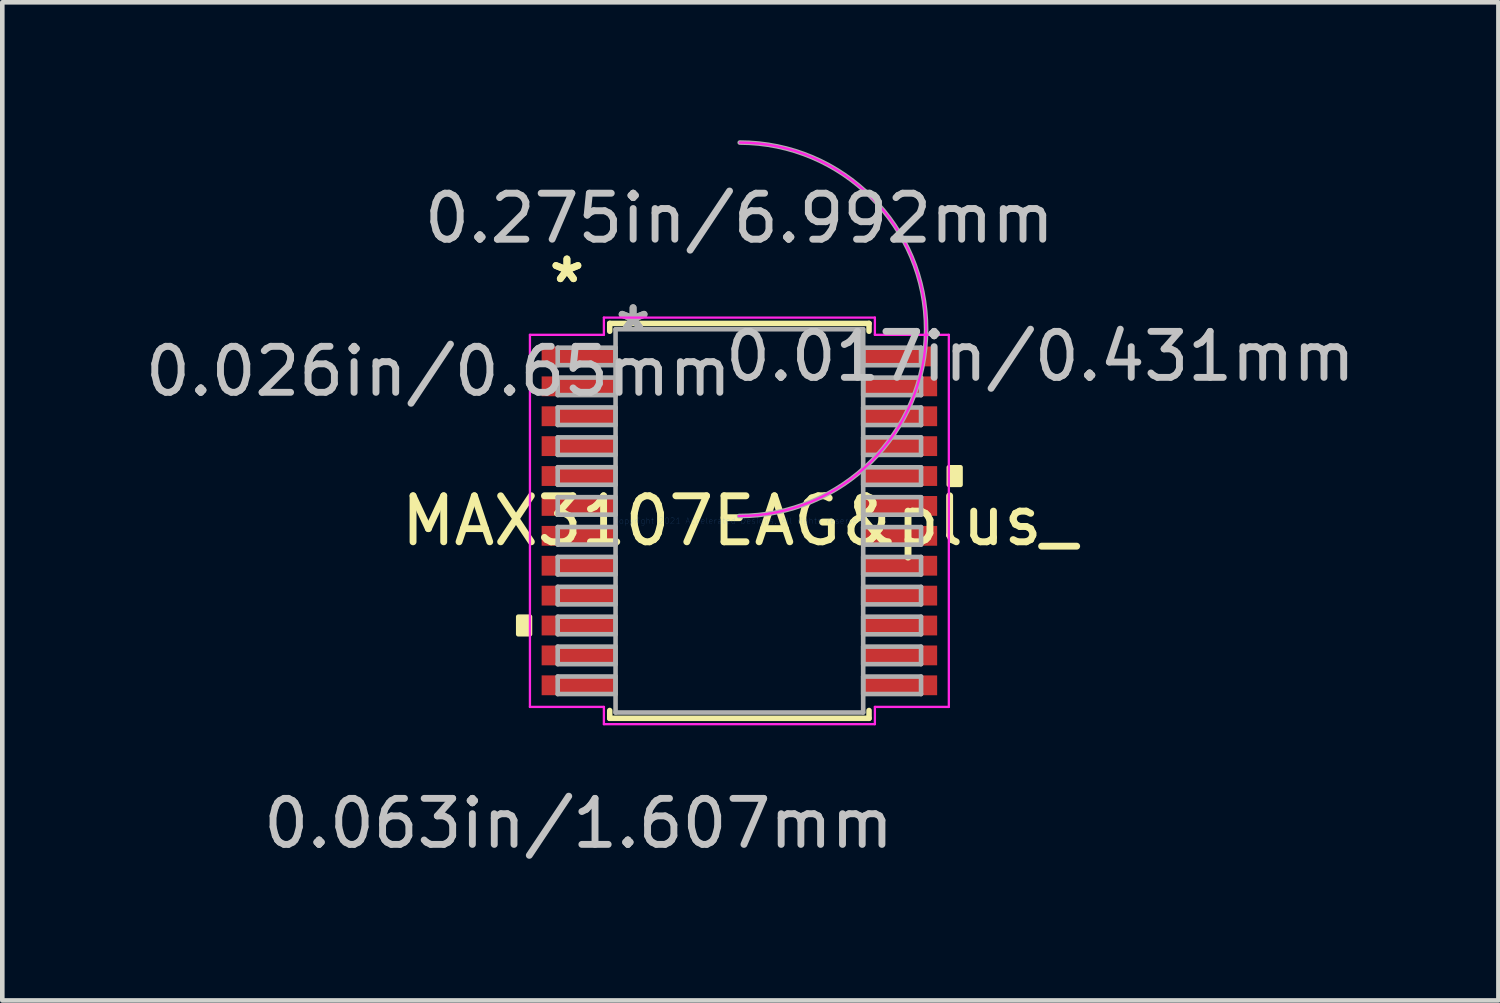
<source format=kicad_pcb>
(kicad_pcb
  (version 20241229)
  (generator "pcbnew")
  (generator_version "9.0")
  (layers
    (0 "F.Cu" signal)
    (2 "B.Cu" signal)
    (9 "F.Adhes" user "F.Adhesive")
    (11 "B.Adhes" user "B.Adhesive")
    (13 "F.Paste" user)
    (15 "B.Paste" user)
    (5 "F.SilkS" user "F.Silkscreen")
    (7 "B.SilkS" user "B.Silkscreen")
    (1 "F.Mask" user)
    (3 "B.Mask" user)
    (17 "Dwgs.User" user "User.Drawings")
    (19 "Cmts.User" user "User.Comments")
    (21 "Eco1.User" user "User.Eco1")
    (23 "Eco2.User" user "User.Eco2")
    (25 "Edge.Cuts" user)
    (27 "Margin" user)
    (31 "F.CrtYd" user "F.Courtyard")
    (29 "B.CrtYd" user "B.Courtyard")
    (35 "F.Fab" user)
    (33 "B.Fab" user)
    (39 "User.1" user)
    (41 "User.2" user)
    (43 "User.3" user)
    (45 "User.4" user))
  (footprint "MAX3107EAG&plus_"
    (layer "F.Cu")
    (at 13.026 8.275)
    (property "Reference" "MAX3107EAG&plus_" (at 0 0 0) (layer "F.SilkS") (effects (font (size 1 1) (thickness 0.15))))
    (attr through_hole)
    (fp_line (start -2.819 -4.293) (end -2.819 -4.123) (stroke (width 0.12) (type solid)) (layer "F.SilkS"))
    (fp_line (start -2.819 4.123) (end -2.819 4.293) (stroke (width 0.12) (type solid)) (layer "F.SilkS"))
    (fp_line (start -2.819 4.293) (end 2.819 4.293) (stroke (width 0.12) (type solid)) (layer "F.SilkS"))
    (fp_line (start 2.819 -4.293) (end -2.819 -4.293) (stroke (width 0.12) (type solid)) (layer "F.SilkS"))
    (fp_line (start 2.819 -4.123) (end 2.819 -4.293) (stroke (width 0.12) (type solid)) (layer "F.SilkS"))
    (fp_line (start 2.819 4.293) (end 2.819 4.123) (stroke (width 0.12) (type solid)) (layer "F.SilkS"))
    (fp_poly (pts (xy -4.808 2.084) (xy -4.808 2.465) (xy -4.554 2.465) (xy -4.554 2.084)) (stroke (width 0.1) (type solid)) (fill yes) (layer "F.SilkS"))
    (fp_poly (pts (xy 4.808 -1.165) (xy 4.808 -0.784) (xy 4.554 -0.784) (xy 4.554 -1.165)) (stroke (width 0.1) (type solid)) (fill yes) (layer "F.SilkS"))
    (fp_line (start -4.554 -4.045) (end -2.946 -4.045) (stroke (width 0.05) (type solid)) (layer "F.CrtYd"))
    (fp_line (start -4.554 4.045) (end -4.554 -4.045) (stroke (width 0.05) (type solid)) (layer "F.CrtYd"))
    (fp_line (start -2.946 -4.42) (end 2.946 -4.42) (stroke (width 0.05) (type solid)) (layer "F.CrtYd"))
    (fp_line (start -2.946 -4.045) (end -2.946 -4.42) (stroke (width 0.05) (type solid)) (layer "F.CrtYd"))
    (fp_line (start -2.946 4.045) (end -4.554 4.045) (stroke (width 0.05) (type solid)) (layer "F.CrtYd"))
    (fp_line (start -2.946 4.42) (end -2.946 4.045) (stroke (width 0.05) (type solid)) (layer "F.CrtYd"))
    (fp_line (start 2.946 -4.42) (end 2.946 -4.045) (stroke (width 0.05) (type solid)) (layer "F.CrtYd"))
    (fp_line (start 2.946 -4.045) (end 4.554 -4.045) (stroke (width 0.05) (type solid)) (layer "F.CrtYd"))
    (fp_line (start 2.946 4.045) (end 2.946 4.42) (stroke (width 0.05) (type solid)) (layer "F.CrtYd"))
    (fp_line (start 2.946 4.42) (end -2.946 4.42) (stroke (width 0.05) (type solid)) (layer "F.CrtYd"))
    (fp_line (start 4.554 -4.045) (end 4.554 4.045) (stroke (width 0.05) (type solid)) (layer "F.CrtYd"))
    (fp_line (start 4.554 4.045) (end 2.946 4.045) (stroke (width 0.05) (type solid)) (layer "F.CrtYd"))
    (fp_arc (start 0.011398 -8.225394) (mid 4.059794 -4.154202) (end -0.011398 -0.105806) (stroke (width 0.05) (type solid)) (layer "F.CrtYd"))
    (fp_line (start -3.95 -3.765) (end -3.95 -3.385) (stroke (width 0.1) (type solid)) (layer "F.Fab"))
    (fp_line (start -3.95 -3.385) (end -2.692 -3.385) (stroke (width 0.1) (type solid)) (layer "F.Fab"))
    (fp_line (start -3.95 -3.116) (end -3.95 -2.735) (stroke (width 0.1) (type solid)) (layer "F.Fab"))
    (fp_line (start -3.95 -2.735) (end -2.692 -2.735) (stroke (width 0.1) (type solid)) (layer "F.Fab"))
    (fp_line (start -3.95 -2.466) (end -3.95 -2.085) (stroke (width 0.1) (type solid)) (layer "F.Fab"))
    (fp_line (start -3.95 -2.085) (end -2.692 -2.085) (stroke (width 0.1) (type solid)) (layer "F.Fab"))
    (fp_line (start -3.95 -1.816) (end -3.95 -1.435) (stroke (width 0.1) (type solid)) (layer "F.Fab"))
    (fp_line (start -3.95 -1.435) (end -2.692 -1.435) (stroke (width 0.1) (type solid)) (layer "F.Fab"))
    (fp_line (start -3.95 -1.166) (end -3.95 -0.785) (stroke (width 0.1) (type solid)) (layer "F.Fab"))
    (fp_line (start -3.95 -0.785) (end -2.692 -0.785) (stroke (width 0.1) (type solid)) (layer "F.Fab"))
    (fp_line (start -3.95 -0.516) (end -3.95 -0.135) (stroke (width 0.1) (type solid)) (layer "F.Fab"))
    (fp_line (start -3.95 -0.135) (end -2.692 -0.135) (stroke (width 0.1) (type solid)) (layer "F.Fab"))
    (fp_line (start -3.95 0.134) (end -3.95 0.515) (stroke (width 0.1) (type solid)) (layer "F.Fab"))
    (fp_line (start -3.95 0.515) (end -2.692 0.515) (stroke (width 0.1) (type solid)) (layer "F.Fab"))
    (fp_line (start -3.95 0.784) (end -3.95 1.165) (stroke (width 0.1) (type solid)) (layer "F.Fab"))
    (fp_line (start -3.95 1.165) (end -2.692 1.165) (stroke (width 0.1) (type solid)) (layer "F.Fab"))
    (fp_line (start -3.95 1.434) (end -3.95 1.815) (stroke (width 0.1) (type solid)) (layer "F.Fab"))
    (fp_line (start -3.95 1.815) (end -2.692 1.815) (stroke (width 0.1) (type solid)) (layer "F.Fab"))
    (fp_line (start -3.95 2.084) (end -3.95 2.465) (stroke (width 0.1) (type solid)) (layer "F.Fab"))
    (fp_line (start -3.95 2.465) (end -2.692 2.465) (stroke (width 0.1) (type solid)) (layer "F.Fab"))
    (fp_line (start -3.95 2.734) (end -3.95 3.115) (stroke (width 0.1) (type solid)) (layer "F.Fab"))
    (fp_line (start -3.95 3.115) (end -2.692 3.115) (stroke (width 0.1) (type solid)) (layer "F.Fab"))
    (fp_line (start -3.95 3.384) (end -3.95 3.765) (stroke (width 0.1) (type solid)) (layer "F.Fab"))
    (fp_line (start -3.95 3.765) (end -2.692 3.765) (stroke (width 0.1) (type solid)) (layer "F.Fab"))
    (fp_line (start -2.692 -4.166) (end -2.692 4.166) (stroke (width 0.1) (type solid)) (layer "F.Fab"))
    (fp_line (start -2.692 -3.765) (end -3.95 -3.765) (stroke (width 0.1) (type solid)) (layer "F.Fab"))
    (fp_line (start -2.692 -3.385) (end -2.692 -3.765) (stroke (width 0.1) (type solid)) (layer "F.Fab"))
    (fp_line (start -2.692 -3.116) (end -3.95 -3.116) (stroke (width 0.1) (type solid)) (layer "F.Fab"))
    (fp_line (start -2.692 -2.735) (end -2.692 -3.116) (stroke (width 0.1) (type solid)) (layer "F.Fab"))
    (fp_line (start -2.692 -2.466) (end -3.95 -2.466) (stroke (width 0.1) (type solid)) (layer "F.Fab"))
    (fp_line (start -2.692 -2.085) (end -2.692 -2.466) (stroke (width 0.1) (type solid)) (layer "F.Fab"))
    (fp_line (start -2.692 -1.816) (end -3.95 -1.816) (stroke (width 0.1) (type solid)) (layer "F.Fab"))
    (fp_line (start -2.692 -1.435) (end -2.692 -1.816) (stroke (width 0.1) (type solid)) (layer "F.Fab"))
    (fp_line (start -2.692 -1.166) (end -3.95 -1.166) (stroke (width 0.1) (type solid)) (layer "F.Fab"))
    (fp_line (start -2.692 -0.785) (end -2.692 -1.166) (stroke (width 0.1) (type solid)) (layer "F.Fab"))
    (fp_line (start -2.692 -0.516) (end -3.95 -0.516) (stroke (width 0.1) (type solid)) (layer "F.Fab"))
    (fp_line (start -2.692 -0.135) (end -2.692 -0.516) (stroke (width 0.1) (type solid)) (layer "F.Fab"))
    (fp_line (start -2.692 0.134) (end -3.95 0.134) (stroke (width 0.1) (type solid)) (layer "F.Fab"))
    (fp_line (start -2.692 0.515) (end -2.692 0.134) (stroke (width 0.1) (type solid)) (layer "F.Fab"))
    (fp_line (start -2.692 0.784) (end -3.95 0.784) (stroke (width 0.1) (type solid)) (layer "F.Fab"))
    (fp_line (start -2.692 1.165) (end -2.692 0.784) (stroke (width 0.1) (type solid)) (layer "F.Fab"))
    (fp_line (start -2.692 1.434) (end -3.95 1.434) (stroke (width 0.1) (type solid)) (layer "F.Fab"))
    (fp_line (start -2.692 1.815) (end -2.692 1.434) (stroke (width 0.1) (type solid)) (layer "F.Fab"))
    (fp_line (start -2.692 2.084) (end -3.95 2.084) (stroke (width 0.1) (type solid)) (layer "F.Fab"))
    (fp_line (start -2.692 2.465) (end -2.692 2.084) (stroke (width 0.1) (type solid)) (layer "F.Fab"))
    (fp_line (start -2.692 2.734) (end -3.95 2.734) (stroke (width 0.1) (type solid)) (layer "F.Fab"))
    (fp_line (start -2.692 3.115) (end -2.692 2.734) (stroke (width 0.1) (type solid)) (layer "F.Fab"))
    (fp_line (start -2.692 3.384) (end -3.95 3.384) (stroke (width 0.1) (type solid)) (layer "F.Fab"))
    (fp_line (start -2.692 3.765) (end -2.692 3.384) (stroke (width 0.1) (type solid)) (layer "F.Fab"))
    (fp_line (start -2.692 4.166) (end 2.692 4.166) (stroke (width 0.1) (type solid)) (layer "F.Fab"))
    (fp_line (start 2.692 -4.166) (end -2.692 -4.166) (stroke (width 0.1) (type solid)) (layer "F.Fab"))
    (fp_line (start 2.692 -3.765) (end 2.692 -3.384) (stroke (width 0.1) (type solid)) (layer "F.Fab"))
    (fp_line (start 2.692 -3.384) (end 3.95 -3.384) (stroke (width 0.1) (type solid)) (layer "F.Fab"))
    (fp_line (start 2.692 -3.115) (end 2.692 -2.734) (stroke (width 0.1) (type solid)) (layer "F.Fab"))
    (fp_line (start 2.692 -2.734) (end 3.95 -2.734) (stroke (width 0.1) (type solid)) (layer "F.Fab"))
    (fp_line (start 2.692 -2.465) (end 2.692 -2.084) (stroke (width 0.1) (type solid)) (layer "F.Fab"))
    (fp_line (start 2.692 -2.084) (end 3.95 -2.084) (stroke (width 0.1) (type solid)) (layer "F.Fab"))
    (fp_line (start 2.692 -1.815) (end 2.692 -1.434) (stroke (width 0.1) (type solid)) (layer "F.Fab"))
    (fp_line (start 2.692 -1.434) (end 3.95 -1.434) (stroke (width 0.1) (type solid)) (layer "F.Fab"))
    (fp_line (start 2.692 -1.165) (end 2.692 -0.784) (stroke (width 0.1) (type solid)) (layer "F.Fab"))
    (fp_line (start 2.692 -0.784) (end 3.95 -0.784) (stroke (width 0.1) (type solid)) (layer "F.Fab"))
    (fp_line (start 2.692 -0.515) (end 2.692 -0.134) (stroke (width 0.1) (type solid)) (layer "F.Fab"))
    (fp_line (start 2.692 -0.134) (end 3.95 -0.134) (stroke (width 0.1) (type solid)) (layer "F.Fab"))
    (fp_line (start 2.692 0.135) (end 2.692 0.516) (stroke (width 0.1) (type solid)) (layer "F.Fab"))
    (fp_line (start 2.692 0.516) (end 3.95 0.516) (stroke (width 0.1) (type solid)) (layer "F.Fab"))
    (fp_line (start 2.692 0.785) (end 2.692 1.166) (stroke (width 0.1) (type solid)) (layer "F.Fab"))
    (fp_line (start 2.692 1.166) (end 3.95 1.166) (stroke (width 0.1) (type solid)) (layer "F.Fab"))
    (fp_line (start 2.692 1.435) (end 2.692 1.816) (stroke (width 0.1) (type solid)) (layer "F.Fab"))
    (fp_line (start 2.692 1.816) (end 3.95 1.816) (stroke (width 0.1) (type solid)) (layer "F.Fab"))
    (fp_line (start 2.692 2.084) (end 2.692 2.466) (stroke (width 0.1) (type solid)) (layer "F.Fab"))
    (fp_line (start 2.692 2.466) (end 3.95 2.466) (stroke (width 0.1) (type solid)) (layer "F.Fab"))
    (fp_line (start 2.692 2.735) (end 2.692 3.115) (stroke (width 0.1) (type solid)) (layer "F.Fab"))
    (fp_line (start 2.692 3.115) (end 3.95 3.115) (stroke (width 0.1) (type solid)) (layer "F.Fab"))
    (fp_line (start 2.692 3.385) (end 2.692 3.765) (stroke (width 0.1) (type solid)) (layer "F.Fab"))
    (fp_line (start 2.692 3.765) (end 3.95 3.765) (stroke (width 0.1) (type solid)) (layer "F.Fab"))
    (fp_line (start 2.692 4.166) (end 2.692 -4.166) (stroke (width 0.1) (type solid)) (layer "F.Fab"))
    (fp_line (start 3.95 -3.765) (end 2.692 -3.765) (stroke (width 0.1) (type solid)) (layer "F.Fab"))
    (fp_line (start 3.95 -3.384) (end 3.95 -3.765) (stroke (width 0.1) (type solid)) (layer "F.Fab"))
    (fp_line (start 3.95 -3.115) (end 2.692 -3.115) (stroke (width 0.1) (type solid)) (layer "F.Fab"))
    (fp_line (start 3.95 -2.734) (end 3.95 -3.115) (stroke (width 0.1) (type solid)) (layer "F.Fab"))
    (fp_line (start 3.95 -2.465) (end 2.692 -2.465) (stroke (width 0.1) (type solid)) (layer "F.Fab"))
    (fp_line (start 3.95 -2.084) (end 3.95 -2.465) (stroke (width 0.1) (type solid)) (layer "F.Fab"))
    (fp_line (start 3.95 -1.815) (end 2.692 -1.815) (stroke (width 0.1) (type solid)) (layer "F.Fab"))
    (fp_line (start 3.95 -1.434) (end 3.95 -1.815) (stroke (width 0.1) (type solid)) (layer "F.Fab"))
    (fp_line (start 3.95 -1.165) (end 2.692 -1.165) (stroke (width 0.1) (type solid)) (layer "F.Fab"))
    (fp_line (start 3.95 -0.784) (end 3.95 -1.165) (stroke (width 0.1) (type solid)) (layer "F.Fab"))
    (fp_line (start 3.95 -0.515) (end 2.692 -0.515) (stroke (width 0.1) (type solid)) (layer "F.Fab"))
    (fp_line (start 3.95 -0.134) (end 3.95 -0.515) (stroke (width 0.1) (type solid)) (layer "F.Fab"))
    (fp_line (start 3.95 0.135) (end 2.692 0.135) (stroke (width 0.1) (type solid)) (layer "F.Fab"))
    (fp_line (start 3.95 0.516) (end 3.95 0.135) (stroke (width 0.1) (type solid)) (layer "F.Fab"))
    (fp_line (start 3.95 0.785) (end 2.692 0.785) (stroke (width 0.1) (type solid)) (layer "F.Fab"))
    (fp_line (start 3.95 1.166) (end 3.95 0.785) (stroke (width 0.1) (type solid)) (layer "F.Fab"))
    (fp_line (start 3.95 1.435) (end 2.692 1.435) (stroke (width 0.1) (type solid)) (layer "F.Fab"))
    (fp_line (start 3.95 1.816) (end 3.95 1.435) (stroke (width 0.1) (type solid)) (layer "F.Fab"))
    (fp_line (start 3.95 2.084) (end 2.692 2.084) (stroke (width 0.1) (type solid)) (layer "F.Fab"))
    (fp_line (start 3.95 2.466) (end 3.95 2.084) (stroke (width 0.1) (type solid)) (layer "F.Fab"))
    (fp_line (start 3.95 2.735) (end 2.692 2.735) (stroke (width 0.1) (type solid)) (layer "F.Fab"))
    (fp_line (start 3.95 3.115) (end 3.95 2.735) (stroke (width 0.1) (type solid)) (layer "F.Fab"))
    (fp_line (start 3.95 3.385) (end 2.692 3.385) (stroke (width 0.1) (type solid)) (layer "F.Fab"))
    (fp_line (start 3.95 3.765) (end 3.95 3.385) (stroke (width 0.1) (type solid)) (layer "F.Fab"))
    (fp_arc (start 0.007742 -8.225394) (mid 4.059794 -4.157858) (end -0.007742 -0.105806) (stroke (width 0.1) (type solid)) (layer "F.Fab"))
    (fp_text user "*" (at -3.75 -5.149 0) (layer "F.SilkS") (effects (font (size 1 1) (thickness 0.15))))
    (fp_text user "*" (at -3.75 -5.149 0) (layer "F.SilkS") (effects (font (size 1 1) (thickness 0.15))))
    (fp_text user "0.017in/0.431mm" (at 6.544 -3.575 0) (layer "Dwgs.User") (effects (font (size 1 1) (thickness 0.15))))
    (fp_text user "0.026in/0.65mm" (at -6.544 -3.25 0) (layer "Dwgs.User") (effects (font (size 1 1) (thickness 0.15))))
    (fp_text user "0.063in/1.607mm" (at -3.496 6.579 0) (layer "Dwgs.User") (effects (font (size 1 1) (thickness 0.15))))
    (fp_text user "0.275in/6.992mm" (at 0 -6.579 0) (layer "Dwgs.User") (effects (font (size 1 1) (thickness 0.15))))
    (fp_text user "Copyright 2021 Accelerated Designs. All rights reserved." (at 0 0 0) (layer "Cmts.User") (effects (font (size 0.127 0.127) (thickness 0.002))))
    (fp_text user "*" (at -2.311 -4.089 0) (layer "F.Fab") (effects (font (size 1 1) (thickness 0.15))))
    (fp_text user "*" (at -2.311 -4.089 0) (layer "F.Fab") (effects (font (size 1 1) (thickness 0.15))))
    (pad "1" smd rect (at -3.496 -3.575) (size 1.607 0.431) (layers "F.Cu" "F.Mask" "F.Paste"))
    (pad "2" smd rect (at -3.496 -2.925) (size 1.607 0.431) (layers "F.Cu" "F.Mask" "F.Paste"))
    (pad "3" smd rect (at -3.496 -2.275) (size 1.607 0.431) (layers "F.Cu" "F.Mask" "F.Paste"))
    (pad "4" smd rect (at -3.496 -1.625) (size 1.607 0.431) (layers "F.Cu" "F.Mask" "F.Paste"))
    (pad "5" smd rect (at -3.496 -0.975) (size 1.607 0.431) (layers "F.Cu" "F.Mask" "F.Paste"))
    (pad "6" smd rect (at -3.496 -0.325) (size 1.607 0.431) (layers "F.Cu" "F.Mask" "F.Paste"))
    (pad "7" smd rect (at -3.496 0.325) (size 1.607 0.431) (layers "F.Cu" "F.Mask" "F.Paste"))
    (pad "8" smd rect (at -3.496 0.975) (size 1.607 0.431) (layers "F.Cu" "F.Mask" "F.Paste"))
    (pad "9" smd rect (at -3.496 1.625) (size 1.607 0.431) (layers "F.Cu" "F.Mask" "F.Paste"))
    (pad "10" smd rect (at -3.496 2.275) (size 1.607 0.431) (layers "F.Cu" "F.Mask" "F.Paste"))
    (pad "11" smd rect (at -3.496 2.925) (size 1.607 0.431) (layers "F.Cu" "F.Mask" "F.Paste"))
    (pad "12" smd rect (at -3.496 3.575) (size 1.607 0.431) (layers "F.Cu" "F.Mask" "F.Paste"))
    (pad "13" smd rect (at 3.496 3.575) (size 1.607 0.431) (layers "F.Cu" "F.Mask" "F.Paste"))
    (pad "14" smd rect (at 3.496 2.925) (size 1.607 0.431) (layers "F.Cu" "F.Mask" "F.Paste"))
    (pad "15" smd rect (at 3.496 2.275) (size 1.607 0.431) (layers "F.Cu" "F.Mask" "F.Paste"))
    (pad "16" smd rect (at 3.496 1.625) (size 1.607 0.431) (layers "F.Cu" "F.Mask" "F.Paste"))
    (pad "17" smd rect (at 3.496 0.975) (size 1.607 0.431) (layers "F.Cu" "F.Mask" "F.Paste"))
    (pad "18" smd rect (at 3.496 0.325) (size 1.607 0.431) (layers "F.Cu" "F.Mask" "F.Paste"))
    (pad "19" smd rect (at 3.496 -0.325) (size 1.607 0.431) (layers "F.Cu" "F.Mask" "F.Paste"))
    (pad "20" smd rect (at 3.496 -0.975) (size 1.607 0.431) (layers "F.Cu" "F.Mask" "F.Paste"))
    (pad "21" smd rect (at 3.496 -1.625) (size 1.607 0.431) (layers "F.Cu" "F.Mask" "F.Paste"))
    (pad "22" smd rect (at 3.496 -2.275) (size 1.607 0.431) (layers "F.Cu" "F.Mask" "F.Paste"))
    (pad "23" smd rect (at 3.496 -2.925) (size 1.607 0.431) (layers "F.Cu" "F.Mask" "F.Paste"))
    (pad "24" smd rect (at 3.496 -3.575) (size 1.607 0.431) (layers "F.Cu" "F.Mask" "F.Paste")))
  (gr_rect
    (start -3 -3)
    (end 29.529 18.702)
    (stroke (width 0.1) (type default))
    (fill no)
    (layer "Edge.Cuts")))
</source>
